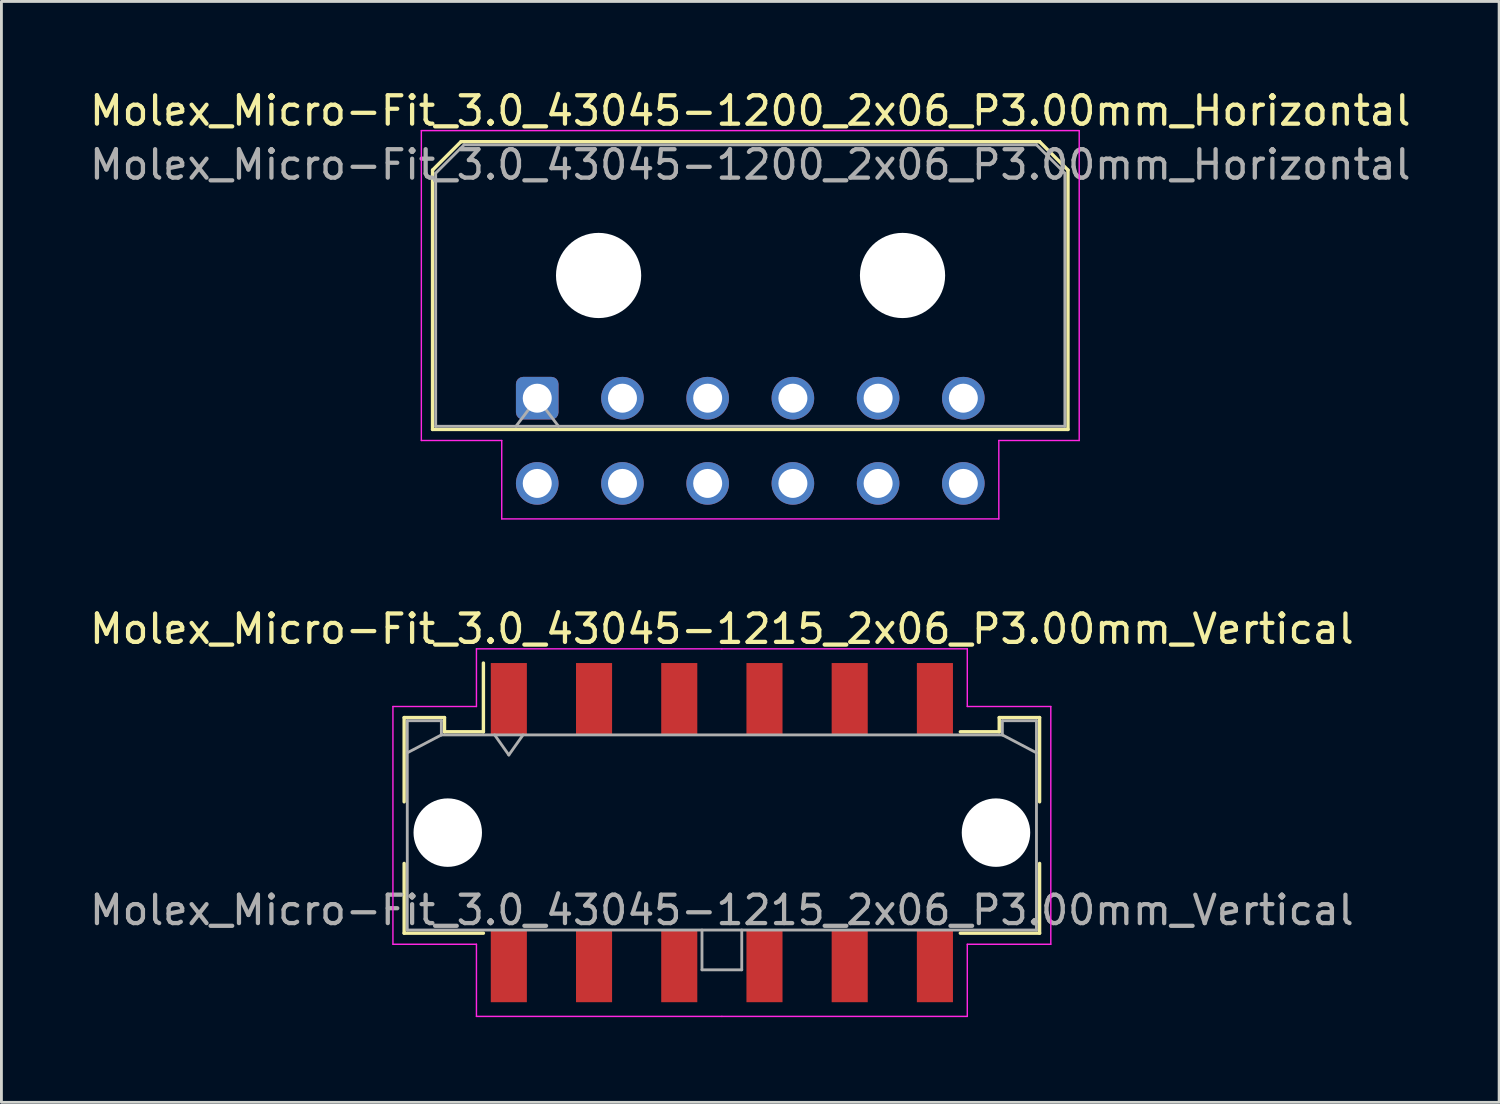
<source format=kicad_pcb>
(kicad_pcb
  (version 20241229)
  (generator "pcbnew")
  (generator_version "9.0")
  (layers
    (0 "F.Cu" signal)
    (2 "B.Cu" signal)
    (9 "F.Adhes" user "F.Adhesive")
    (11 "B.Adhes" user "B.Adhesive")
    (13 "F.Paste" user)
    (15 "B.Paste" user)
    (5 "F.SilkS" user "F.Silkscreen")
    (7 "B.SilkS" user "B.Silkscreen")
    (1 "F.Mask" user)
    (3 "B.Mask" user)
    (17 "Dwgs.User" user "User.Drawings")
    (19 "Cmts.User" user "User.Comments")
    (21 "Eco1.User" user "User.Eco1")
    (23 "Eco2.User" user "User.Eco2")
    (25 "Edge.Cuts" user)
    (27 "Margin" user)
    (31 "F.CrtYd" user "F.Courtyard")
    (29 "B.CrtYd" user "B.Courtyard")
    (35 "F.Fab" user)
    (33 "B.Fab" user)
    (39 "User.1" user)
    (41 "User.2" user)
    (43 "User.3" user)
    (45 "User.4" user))
  (footprint "Molex_Micro-Fit_3.0_43045-1215_2x06_P3.00mm_Vertical"
    (layer "F.Cu")
    (at 22.363 26.262)
    (property "Reference" "Molex_Micro-Fit_3.0_43045-1215_2x06_P3.00mm_Vertical" (at 0 -7.17 0) (layer "F.SilkS") (effects (font (size 1 1) (thickness 0.15))))
    (attr smd)
    (fp_line (start -11.185 -4.05) (end -9.765 -4.05) (stroke (width 0.12) (type solid)) (layer "F.SilkS"))
    (fp_line (start -11.185 -1.085) (end -11.185 -4.05) (stroke (width 0.12) (type solid)) (layer "F.SilkS"))
    (fp_line (start -11.185 1.085) (end -11.185 3.54) (stroke (width 0.12) (type solid)) (layer "F.SilkS"))
    (fp_line (start -11.185 3.54) (end -8.395 3.54) (stroke (width 0.12) (type solid)) (layer "F.SilkS"))
    (fp_line (start -9.765 -4.05) (end -9.765 -3.55) (stroke (width 0.12) (type solid)) (layer "F.SilkS"))
    (fp_line (start -9.765 -3.55) (end -8.395 -3.55) (stroke (width 0.12) (type solid)) (layer "F.SilkS"))
    (fp_line (start -8.395 -3.55) (end -8.395 -5.97) (stroke (width 0.12) (type solid)) (layer "F.SilkS"))
    (fp_line (start 9.765 -4.05) (end 9.765 -3.55) (stroke (width 0.12) (type solid)) (layer "F.SilkS"))
    (fp_line (start 9.765 -3.55) (end 8.395 -3.55) (stroke (width 0.12) (type solid)) (layer "F.SilkS"))
    (fp_line (start 11.185 -4.05) (end 9.765 -4.05) (stroke (width 0.12) (type solid)) (layer "F.SilkS"))
    (fp_line (start 11.185 -1.085) (end 11.185 -4.05) (stroke (width 0.12) (type solid)) (layer "F.SilkS"))
    (fp_line (start 11.185 1.085) (end 11.185 3.54) (stroke (width 0.12) (type solid)) (layer "F.SilkS"))
    (fp_line (start 11.185 3.54) (end 8.395 3.54) (stroke (width 0.12) (type solid)) (layer "F.SilkS"))
    (fp_line (start -11.58 -4.44) (end -11.58 3.93) (stroke (width 0.05) (type solid)) (layer "F.CrtYd"))
    (fp_line (start -11.58 3.93) (end -8.64 3.93) (stroke (width 0.05) (type solid)) (layer "F.CrtYd"))
    (fp_line (start -8.64 -6.47) (end -8.64 -4.44) (stroke (width 0.05) (type solid)) (layer "F.CrtYd"))
    (fp_line (start -8.64 -4.44) (end -11.58 -4.44) (stroke (width 0.05) (type solid)) (layer "F.CrtYd"))
    (fp_line (start -8.64 3.93) (end -8.64 6.47) (stroke (width 0.05) (type solid)) (layer "F.CrtYd"))
    (fp_line (start -8.64 6.47) (end 0 6.47) (stroke (width 0.05) (type solid)) (layer "F.CrtYd"))
    (fp_line (start 0 -6.47) (end -8.64 -6.47) (stroke (width 0.05) (type solid)) (layer "F.CrtYd"))
    (fp_line (start 0 -6.47) (end 8.64 -6.47) (stroke (width 0.05) (type solid)) (layer "F.CrtYd"))
    (fp_line (start 8.64 -6.47) (end 8.64 -4.44) (stroke (width 0.05) (type solid)) (layer "F.CrtYd"))
    (fp_line (start 8.64 -4.44) (end 11.58 -4.44) (stroke (width 0.05) (type solid)) (layer "F.CrtYd"))
    (fp_line (start 8.64 3.93) (end 8.64 6.47) (stroke (width 0.05) (type solid)) (layer "F.CrtYd"))
    (fp_line (start 8.64 6.47) (end 0 6.47) (stroke (width 0.05) (type solid)) (layer "F.CrtYd"))
    (fp_line (start 11.58 -4.44) (end 11.58 3.93) (stroke (width 0.05) (type solid)) (layer "F.CrtYd"))
    (fp_line (start 11.58 3.93) (end 8.64 3.93) (stroke (width 0.05) (type solid)) (layer "F.CrtYd"))
    (fp_line (start -11.075 -3.94) (end -11.075 3.43) (stroke (width 0.1) (type solid)) (layer "F.Fab"))
    (fp_line (start -11.075 -2.81) (end -9.875 -3.44) (stroke (width 0.1) (type solid)) (layer "F.Fab"))
    (fp_line (start -11.075 3.43) (end 11.075 3.43) (stroke (width 0.1) (type solid)) (layer "F.Fab"))
    (fp_line (start -9.875 -3.94) (end -11.075 -3.94) (stroke (width 0.1) (type solid)) (layer "F.Fab"))
    (fp_line (start -9.875 -3.44) (end -9.875 -3.94) (stroke (width 0.1) (type solid)) (layer "F.Fab"))
    (fp_line (start -8 -3.44) (end -7.5 -2.733) (stroke (width 0.1) (type solid)) (layer "F.Fab"))
    (fp_line (start -7.5 -2.733) (end -7 -3.44) (stroke (width 0.1) (type solid)) (layer "F.Fab"))
    (fp_line (start -0.7 3.43) (end -0.7 4.83) (stroke (width 0.1) (type solid)) (layer "F.Fab"))
    (fp_line (start -0.7 4.83) (end 0.7 4.83) (stroke (width 0.1) (type solid)) (layer "F.Fab"))
    (fp_line (start 0.7 4.83) (end 0.7 3.43) (stroke (width 0.1) (type solid)) (layer "F.Fab"))
    (fp_line (start 9.875 -3.94) (end 9.875 -3.44) (stroke (width 0.1) (type solid)) (layer "F.Fab"))
    (fp_line (start 9.875 -3.44) (end -9.875 -3.44) (stroke (width 0.1) (type solid)) (layer "F.Fab"))
    (fp_line (start 11.075 -3.94) (end 9.875 -3.94) (stroke (width 0.1) (type solid)) (layer "F.Fab"))
    (fp_line (start 11.075 -2.81) (end 9.875 -3.44) (stroke (width 0.1) (type solid)) (layer "F.Fab"))
    (fp_line (start 11.075 3.43) (end 11.075 -3.94) (stroke (width 0.1) (type solid)) (layer "F.Fab"))
    (fp_text user "${REFERENCE}" (at 0 2.73 0) (layer "F.Fab") (effects (font (size 1 1) (thickness 0.15))))
    (pad "" np_thru_hole circle (at -9.65 0) (size 2.41 2.41) (drill 2.41) (layers "*.Cu" "*.Mask"))
    (pad "" np_thru_hole circle (at 9.65 0) (size 2.41 2.41) (drill 2.41) (layers "*.Cu" "*.Mask"))
    (pad "1" smd rect (at -7.5 -4.7) (size 1.27 2.54) (layers "F.Cu" "F.Mask" "F.Paste"))
    (pad "2" smd rect (at -4.5 -4.7) (size 1.27 2.54) (layers "F.Cu" "F.Mask" "F.Paste"))
    (pad "3" smd rect (at -1.5 -4.7) (size 1.27 2.54) (layers "F.Cu" "F.Mask" "F.Paste"))
    (pad "4" smd rect (at 1.5 -4.7) (size 1.27 2.54) (layers "F.Cu" "F.Mask" "F.Paste"))
    (pad "5" smd rect (at 4.5 -4.7) (size 1.27 2.54) (layers "F.Cu" "F.Mask" "F.Paste"))
    (pad "6" smd rect (at 7.5 -4.7) (size 1.27 2.54) (layers "F.Cu" "F.Mask" "F.Paste"))
    (pad "7" smd rect (at -7.5 4.7) (size 1.27 2.54) (layers "F.Cu" "F.Mask" "F.Paste"))
    (pad "8" smd rect (at -4.5 4.7) (size 1.27 2.54) (layers "F.Cu" "F.Mask" "F.Paste"))
    (pad "9" smd rect (at -1.5 4.7) (size 1.27 2.54) (layers "F.Cu" "F.Mask" "F.Paste"))
    (pad "10" smd rect (at 1.5 4.7) (size 1.27 2.54) (layers "F.Cu" "F.Mask" "F.Paste"))
    (pad "11" smd rect (at 4.5 4.7) (size 1.27 2.54) (layers "F.Cu" "F.Mask" "F.Paste"))
    (pad "12" smd rect (at 7.5 4.7) (size 1.27 2.54) (layers "F.Cu" "F.Mask" "F.Paste")))
  (footprint "Molex_Micro-Fit_3.0_43045-1200_2x06_P3.00mm_Horizontal"
    (layer "F.Cu")
    (at 15.863 10.968)
    (property "Reference" "Molex_Micro-Fit_3.0_43045-1200_2x06_P3.00mm_Horizontal" (at 7.5 -10.12 0) (layer "F.SilkS") (effects (font (size 1 1) (thickness 0.15))))
    (attr through_hole)
    (fp_line (start -3.685 -8.03) (end -2.685 -9.03) (stroke (width 0.12) (type solid)) (layer "F.SilkS"))
    (fp_line (start -3.685 1.1) (end -3.685 -8.03) (stroke (width 0.12) (type solid)) (layer "F.SilkS"))
    (fp_line (start -2.685 -9.03) (end 17.685 -9.03) (stroke (width 0.12) (type solid)) (layer "F.SilkS"))
    (fp_line (start 17.685 -9.03) (end 18.685 -8.03) (stroke (width 0.12) (type solid)) (layer "F.SilkS"))
    (fp_line (start 18.685 -8.03) (end 18.685 1.1) (stroke (width 0.12) (type solid)) (layer "F.SilkS"))
    (fp_line (start 18.685 1.1) (end -3.685 1.1) (stroke (width 0.12) (type solid)) (layer "F.SilkS"))
    (fp_line (start -4.08 -9.42) (end 19.08 -9.42) (stroke (width 0.05) (type solid)) (layer "F.CrtYd"))
    (fp_line (start -4.08 1.49) (end -4.08 -9.42) (stroke (width 0.05) (type solid)) (layer "F.CrtYd"))
    (fp_line (start -1.25 1.49) (end -4.08 1.49) (stroke (width 0.05) (type solid)) (layer "F.CrtYd"))
    (fp_line (start -1.25 4.25) (end -1.25 1.49) (stroke (width 0.05) (type solid)) (layer "F.CrtYd"))
    (fp_line (start 16.25 1.49) (end 16.25 4.25) (stroke (width 0.05) (type solid)) (layer "F.CrtYd"))
    (fp_line (start 16.25 4.25) (end -1.25 4.25) (stroke (width 0.05) (type solid)) (layer "F.CrtYd"))
    (fp_line (start 19.08 -9.42) (end 19.08 1.49) (stroke (width 0.05) (type solid)) (layer "F.CrtYd"))
    (fp_line (start 19.08 1.49) (end 16.25 1.49) (stroke (width 0.05) (type solid)) (layer "F.CrtYd"))
    (fp_line (start -3.575 -7.92) (end -2.575 -8.92) (stroke (width 0.1) (type solid)) (layer "F.Fab"))
    (fp_line (start -3.575 0.99) (end -3.575 -7.92) (stroke (width 0.1) (type solid)) (layer "F.Fab"))
    (fp_line (start -2.575 -8.92) (end 17.575 -8.92) (stroke (width 0.1) (type solid)) (layer "F.Fab"))
    (fp_line (start -0.75 0.99) (end 0 0) (stroke (width 0.1) (type solid)) (layer "F.Fab"))
    (fp_line (start 0 0) (end 0.75 0.99) (stroke (width 0.1) (type solid)) (layer "F.Fab"))
    (fp_line (start 17.575 -8.92) (end 18.575 -7.92) (stroke (width 0.1) (type solid)) (layer "F.Fab"))
    (fp_line (start 18.575 -7.92) (end 18.575 0.99) (stroke (width 0.1) (type solid)) (layer "F.Fab"))
    (fp_line (start 18.575 0.99) (end -3.575 0.99) (stroke (width 0.1) (type solid)) (layer "F.Fab"))
    (fp_text user "${REFERENCE}" (at 7.5 -8.22 0) (layer "F.Fab") (effects (font (size 1 1) (thickness 0.15))))
    (pad "" np_thru_hole circle (at 2.16 -4.32) (size 3 3) (drill 3) (layers "*.Cu" "*.Mask"))
    (pad "" np_thru_hole circle (at 12.86 -4.32) (size 3 3) (drill 3) (layers "*.Cu" "*.Mask"))
    (pad "1" thru_hole roundrect (at 0 0) (size 1.5 1.5) (drill 1.02) (layers "*.Cu" "*.Mask") (roundrect_rratio 0.167))
    (pad "2" thru_hole circle (at 3 0) (size 1.5 1.5) (drill 1.02) (layers "*.Cu" "*.Mask"))
    (pad "3" thru_hole circle (at 6 0) (size 1.5 1.5) (drill 1.02) (layers "*.Cu" "*.Mask"))
    (pad "4" thru_hole circle (at 9 0) (size 1.5 1.5) (drill 1.02) (layers "*.Cu" "*.Mask"))
    (pad "5" thru_hole circle (at 12 0) (size 1.5 1.5) (drill 1.02) (layers "*.Cu" "*.Mask"))
    (pad "6" thru_hole circle (at 15 0) (size 1.5 1.5) (drill 1.02) (layers "*.Cu" "*.Mask"))
    (pad "7" thru_hole circle (at 0 3) (size 1.5 1.5) (drill 1.02) (layers "*.Cu" "*.Mask"))
    (pad "8" thru_hole circle (at 3 3) (size 1.5 1.5) (drill 1.02) (layers "*.Cu" "*.Mask"))
    (pad "9" thru_hole circle (at 6 3) (size 1.5 1.5) (drill 1.02) (layers "*.Cu" "*.Mask"))
    (pad "10" thru_hole circle (at 9 3) (size 1.5 1.5) (drill 1.02) (layers "*.Cu" "*.Mask"))
    (pad "11" thru_hole circle (at 12 3) (size 1.5 1.5) (drill 1.02) (layers "*.Cu" "*.Mask"))
    (pad "12" thru_hole circle (at 15 3) (size 1.5 1.5) (drill 1.02) (layers "*.Cu" "*.Mask")))
  (gr_rect
    (start -3 -3)
    (end 49.726 35.757)
    (stroke (width 0.1) (type default))
    (fill no)
    (layer "Edge.Cuts")))
</source>
